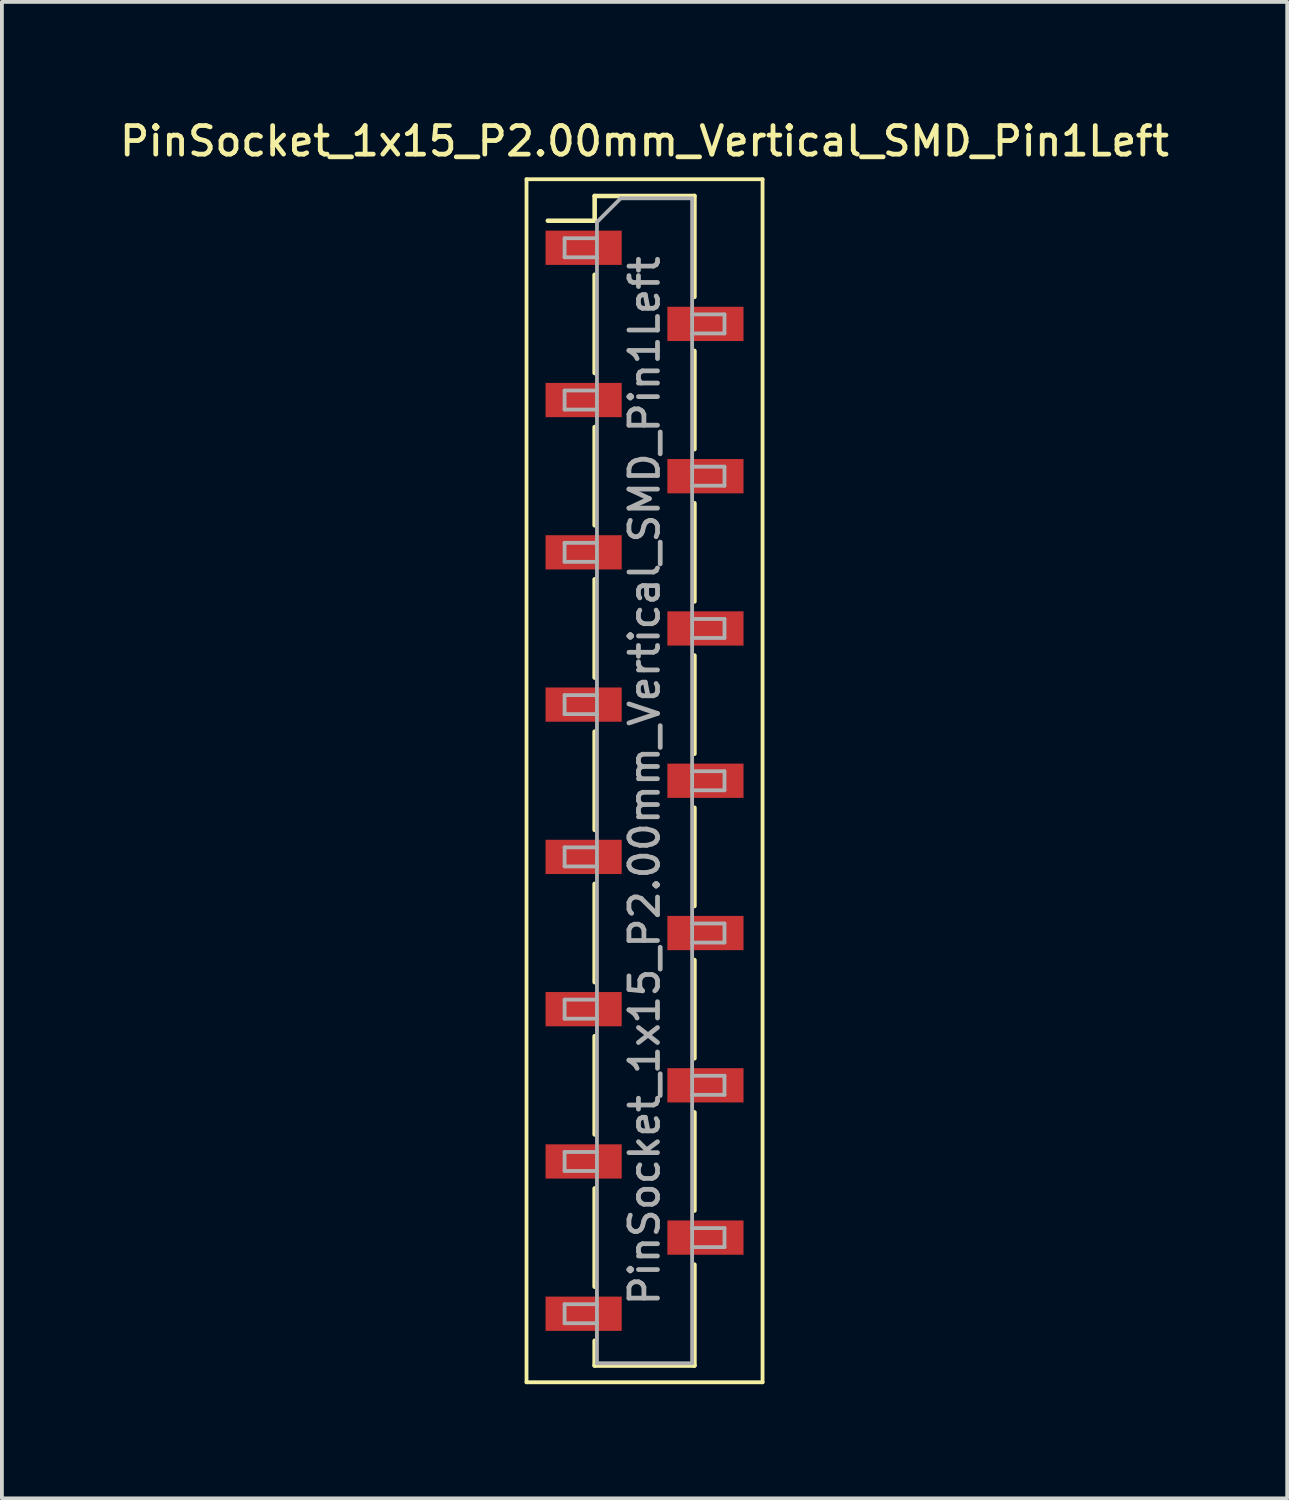
<source format=kicad_pcb>
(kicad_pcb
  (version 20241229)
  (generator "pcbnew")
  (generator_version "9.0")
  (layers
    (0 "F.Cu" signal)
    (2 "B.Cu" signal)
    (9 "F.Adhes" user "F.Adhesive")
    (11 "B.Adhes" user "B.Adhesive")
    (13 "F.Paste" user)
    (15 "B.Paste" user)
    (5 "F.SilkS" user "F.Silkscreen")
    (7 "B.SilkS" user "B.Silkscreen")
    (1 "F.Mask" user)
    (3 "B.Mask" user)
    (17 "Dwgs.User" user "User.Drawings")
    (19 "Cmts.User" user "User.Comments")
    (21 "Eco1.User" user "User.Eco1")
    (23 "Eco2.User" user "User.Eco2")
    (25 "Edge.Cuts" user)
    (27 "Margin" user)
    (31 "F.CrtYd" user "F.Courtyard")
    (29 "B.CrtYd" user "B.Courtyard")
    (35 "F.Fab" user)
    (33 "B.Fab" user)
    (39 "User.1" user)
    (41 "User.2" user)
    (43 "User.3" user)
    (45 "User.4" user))
  (footprint "PinSocket_1x15_P2.00mm_Vertical_SMD_Pin1Left"
    (layer "F.Cu")
    (at 13.88 17.458)
    (property "Reference" "PinSocket_1x15_P2.00mm_Vertical_SMD_Pin1Left" (at 0 -16.8 0) (layer "F.SilkS") (effects (font (size 0.75 0.75) (thickness 0.125))))
    (attr smd)
    (fp_line (start -3.1 -15.8) (end 3.1 -15.8) (stroke (width 0.1) (type solid)) (layer "F.SilkS"))
    (fp_line (start -3.1 15.8) (end -3.1 -15.8) (stroke (width 0.1) (type solid)) (layer "F.SilkS"))
    (fp_line (start -2.54 -14.71) (end -1.31 -14.71) (stroke (width 0.12) (type solid)) (layer "F.SilkS"))
    (fp_line (start -1.31 -15.36) (end -1.31 -14.71) (stroke (width 0.12) (type solid)) (layer "F.SilkS"))
    (fp_line (start -1.31 -15.36) (end 1.31 -15.36) (stroke (width 0.12) (type solid)) (layer "F.SilkS"))
    (fp_line (start -1.31 -13.29) (end -1.31 -10.71) (stroke (width 0.12) (type solid)) (layer "F.SilkS"))
    (fp_line (start -1.31 -9.29) (end -1.31 -6.71) (stroke (width 0.12) (type solid)) (layer "F.SilkS"))
    (fp_line (start -1.31 -5.29) (end -1.31 -2.71) (stroke (width 0.12) (type solid)) (layer "F.SilkS"))
    (fp_line (start -1.31 -1.29) (end -1.31 1.29) (stroke (width 0.12) (type solid)) (layer "F.SilkS"))
    (fp_line (start -1.31 2.71) (end -1.31 5.29) (stroke (width 0.12) (type solid)) (layer "F.SilkS"))
    (fp_line (start -1.31 6.71) (end -1.31 9.29) (stroke (width 0.12) (type solid)) (layer "F.SilkS"))
    (fp_line (start -1.31 10.71) (end -1.31 13.29) (stroke (width 0.12) (type solid)) (layer "F.SilkS"))
    (fp_line (start -1.31 14.71) (end -1.31 15.36) (stroke (width 0.12) (type solid)) (layer "F.SilkS"))
    (fp_line (start -1.31 15.36) (end 1.31 15.36) (stroke (width 0.12) (type solid)) (layer "F.SilkS"))
    (fp_line (start 1.31 -15.36) (end 1.31 -12.71) (stroke (width 0.12) (type solid)) (layer "F.SilkS"))
    (fp_line (start 1.31 -11.29) (end 1.31 -8.71) (stroke (width 0.12) (type solid)) (layer "F.SilkS"))
    (fp_line (start 1.31 -7.29) (end 1.31 -4.71) (stroke (width 0.12) (type solid)) (layer "F.SilkS"))
    (fp_line (start 1.31 -3.29) (end 1.31 -0.71) (stroke (width 0.12) (type solid)) (layer "F.SilkS"))
    (fp_line (start 1.31 0.71) (end 1.31 3.29) (stroke (width 0.12) (type solid)) (layer "F.SilkS"))
    (fp_line (start 1.31 4.71) (end 1.31 7.29) (stroke (width 0.12) (type solid)) (layer "F.SilkS"))
    (fp_line (start 1.31 8.71) (end 1.31 11.29) (stroke (width 0.12) (type solid)) (layer "F.SilkS"))
    (fp_line (start 1.31 12.71) (end 1.31 15.36) (stroke (width 0.12) (type solid)) (layer "F.SilkS"))
    (fp_line (start 3.1 -15.8) (end 3.1 15.8) (stroke (width 0.1) (type solid)) (layer "F.SilkS"))
    (fp_line (start 3.1 15.8) (end -3.1 15.8) (stroke (width 0.1) (type solid)) (layer "F.SilkS"))
    (fp_line (start -2.1 -14.25) (end -1.25 -14.25) (stroke (width 0.1) (type solid)) (layer "F.Fab"))
    (fp_line (start -2.1 -13.75) (end -2.1 -14.25) (stroke (width 0.1) (type solid)) (layer "F.Fab"))
    (fp_line (start -2.1 -10.25) (end -1.25 -10.25) (stroke (width 0.1) (type solid)) (layer "F.Fab"))
    (fp_line (start -2.1 -9.75) (end -2.1 -10.25) (stroke (width 0.1) (type solid)) (layer "F.Fab"))
    (fp_line (start -2.1 -6.25) (end -1.25 -6.25) (stroke (width 0.1) (type solid)) (layer "F.Fab"))
    (fp_line (start -2.1 -5.75) (end -2.1 -6.25) (stroke (width 0.1) (type solid)) (layer "F.Fab"))
    (fp_line (start -2.1 -2.25) (end -1.25 -2.25) (stroke (width 0.1) (type solid)) (layer "F.Fab"))
    (fp_line (start -2.1 -1.75) (end -2.1 -2.25) (stroke (width 0.1) (type solid)) (layer "F.Fab"))
    (fp_line (start -2.1 1.75) (end -1.25 1.75) (stroke (width 0.1) (type solid)) (layer "F.Fab"))
    (fp_line (start -2.1 2.25) (end -2.1 1.75) (stroke (width 0.1) (type solid)) (layer "F.Fab"))
    (fp_line (start -2.1 5.75) (end -1.25 5.75) (stroke (width 0.1) (type solid)) (layer "F.Fab"))
    (fp_line (start -2.1 6.25) (end -2.1 5.75) (stroke (width 0.1) (type solid)) (layer "F.Fab"))
    (fp_line (start -2.1 9.75) (end -1.25 9.75) (stroke (width 0.1) (type solid)) (layer "F.Fab"))
    (fp_line (start -2.1 10.25) (end -2.1 9.75) (stroke (width 0.1) (type solid)) (layer "F.Fab"))
    (fp_line (start -2.1 13.75) (end -1.25 13.75) (stroke (width 0.1) (type solid)) (layer "F.Fab"))
    (fp_line (start -2.1 14.25) (end -2.1 13.75) (stroke (width 0.1) (type solid)) (layer "F.Fab"))
    (fp_line (start -1.25 -14.675) (end -0.625 -15.3) (stroke (width 0.1) (type solid)) (layer "F.Fab"))
    (fp_line (start -1.25 -13.75) (end -2.1 -13.75) (stroke (width 0.1) (type solid)) (layer "F.Fab"))
    (fp_line (start -1.25 -9.75) (end -2.1 -9.75) (stroke (width 0.1) (type solid)) (layer "F.Fab"))
    (fp_line (start -1.25 -5.75) (end -2.1 -5.75) (stroke (width 0.1) (type solid)) (layer "F.Fab"))
    (fp_line (start -1.25 -1.75) (end -2.1 -1.75) (stroke (width 0.1) (type solid)) (layer "F.Fab"))
    (fp_line (start -1.25 2.25) (end -2.1 2.25) (stroke (width 0.1) (type solid)) (layer "F.Fab"))
    (fp_line (start -1.25 6.25) (end -2.1 6.25) (stroke (width 0.1) (type solid)) (layer "F.Fab"))
    (fp_line (start -1.25 10.25) (end -2.1 10.25) (stroke (width 0.1) (type solid)) (layer "F.Fab"))
    (fp_line (start -1.25 14.25) (end -2.1 14.25) (stroke (width 0.1) (type solid)) (layer "F.Fab"))
    (fp_line (start -1.25 15.3) (end -1.25 -14.675) (stroke (width 0.1) (type solid)) (layer "F.Fab"))
    (fp_line (start -0.625 -15.3) (end 1.25 -15.3) (stroke (width 0.1) (type solid)) (layer "F.Fab"))
    (fp_line (start 1.25 -15.3) (end 1.25 15.3) (stroke (width 0.1) (type solid)) (layer "F.Fab"))
    (fp_line (start 1.25 -12.25) (end 2.1 -12.25) (stroke (width 0.1) (type solid)) (layer "F.Fab"))
    (fp_line (start 1.25 -8.25) (end 2.1 -8.25) (stroke (width 0.1) (type solid)) (layer "F.Fab"))
    (fp_line (start 1.25 -4.25) (end 2.1 -4.25) (stroke (width 0.1) (type solid)) (layer "F.Fab"))
    (fp_line (start 1.25 -0.25) (end 2.1 -0.25) (stroke (width 0.1) (type solid)) (layer "F.Fab"))
    (fp_line (start 1.25 3.75) (end 2.1 3.75) (stroke (width 0.1) (type solid)) (layer "F.Fab"))
    (fp_line (start 1.25 7.75) (end 2.1 7.75) (stroke (width 0.1) (type solid)) (layer "F.Fab"))
    (fp_line (start 1.25 11.75) (end 2.1 11.75) (stroke (width 0.1) (type solid)) (layer "F.Fab"))
    (fp_line (start 1.25 15.3) (end -1.25 15.3) (stroke (width 0.1) (type solid)) (layer "F.Fab"))
    (fp_line (start 2.1 -12.25) (end 2.1 -11.75) (stroke (width 0.1) (type solid)) (layer "F.Fab"))
    (fp_line (start 2.1 -11.75) (end 1.25 -11.75) (stroke (width 0.1) (type solid)) (layer "F.Fab"))
    (fp_line (start 2.1 -8.25) (end 2.1 -7.75) (stroke (width 0.1) (type solid)) (layer "F.Fab"))
    (fp_line (start 2.1 -7.75) (end 1.25 -7.75) (stroke (width 0.1) (type solid)) (layer "F.Fab"))
    (fp_line (start 2.1 -4.25) (end 2.1 -3.75) (stroke (width 0.1) (type solid)) (layer "F.Fab"))
    (fp_line (start 2.1 -3.75) (end 1.25 -3.75) (stroke (width 0.1) (type solid)) (layer "F.Fab"))
    (fp_line (start 2.1 -0.25) (end 2.1 0.25) (stroke (width 0.1) (type solid)) (layer "F.Fab"))
    (fp_line (start 2.1 0.25) (end 1.25 0.25) (stroke (width 0.1) (type solid)) (layer "F.Fab"))
    (fp_line (start 2.1 3.75) (end 2.1 4.25) (stroke (width 0.1) (type solid)) (layer "F.Fab"))
    (fp_line (start 2.1 4.25) (end 1.25 4.25) (stroke (width 0.1) (type solid)) (layer "F.Fab"))
    (fp_line (start 2.1 7.75) (end 2.1 8.25) (stroke (width 0.1) (type solid)) (layer "F.Fab"))
    (fp_line (start 2.1 8.25) (end 1.25 8.25) (stroke (width 0.1) (type solid)) (layer "F.Fab"))
    (fp_line (start 2.1 11.75) (end 2.1 12.25) (stroke (width 0.1) (type solid)) (layer "F.Fab"))
    (fp_line (start 2.1 12.25) (end 1.25 12.25) (stroke (width 0.1) (type solid)) (layer "F.Fab"))
    (fp_text user "${REFERENCE}" (at 0 0 90) (layer "F.Fab") (effects (font (size 0.75 0.75) (thickness 0.125))))
    (pad "1" smd rect (at -1.6 -14) (size 2 0.9) (layers "F.Cu" "F.Mask" "F.Paste"))
    (pad "2" smd rect (at 1.6 -12) (size 2 0.9) (layers "F.Cu" "F.Mask" "F.Paste"))
    (pad "3" smd rect (at -1.6 -10) (size 2 0.9) (layers "F.Cu" "F.Mask" "F.Paste"))
    (pad "4" smd rect (at 1.6 -8) (size 2 0.9) (layers "F.Cu" "F.Mask" "F.Paste"))
    (pad "5" smd rect (at -1.6 -6) (size 2 0.9) (layers "F.Cu" "F.Mask" "F.Paste"))
    (pad "6" smd rect (at 1.6 -4) (size 2 0.9) (layers "F.Cu" "F.Mask" "F.Paste"))
    (pad "7" smd rect (at -1.6 -2) (size 2 0.9) (layers "F.Cu" "F.Mask" "F.Paste"))
    (pad "8" smd rect (at 1.6 0) (size 2 0.9) (layers "F.Cu" "F.Mask" "F.Paste"))
    (pad "9" smd rect (at -1.6 2) (size 2 0.9) (layers "F.Cu" "F.Mask" "F.Paste"))
    (pad "10" smd rect (at 1.6 4) (size 2 0.9) (layers "F.Cu" "F.Mask" "F.Paste"))
    (pad "11" smd rect (at -1.6 6) (size 2 0.9) (layers "F.Cu" "F.Mask" "F.Paste"))
    (pad "12" smd rect (at 1.6 8) (size 2 0.9) (layers "F.Cu" "F.Mask" "F.Paste"))
    (pad "13" smd rect (at -1.6 10) (size 2 0.9) (layers "F.Cu" "F.Mask" "F.Paste"))
    (pad "14" smd rect (at 1.6 12) (size 2 0.9) (layers "F.Cu" "F.Mask" "F.Paste"))
    (pad "15" smd rect (at -1.6 14) (size 2 0.9) (layers "F.Cu" "F.Mask" "F.Paste")))
  (gr_rect
    (start -3 -3)
    (end 30.761 36.308)
    (stroke (width 0.1) (type default))
    (fill no)
    (layer "Edge.Cuts")))
</source>
